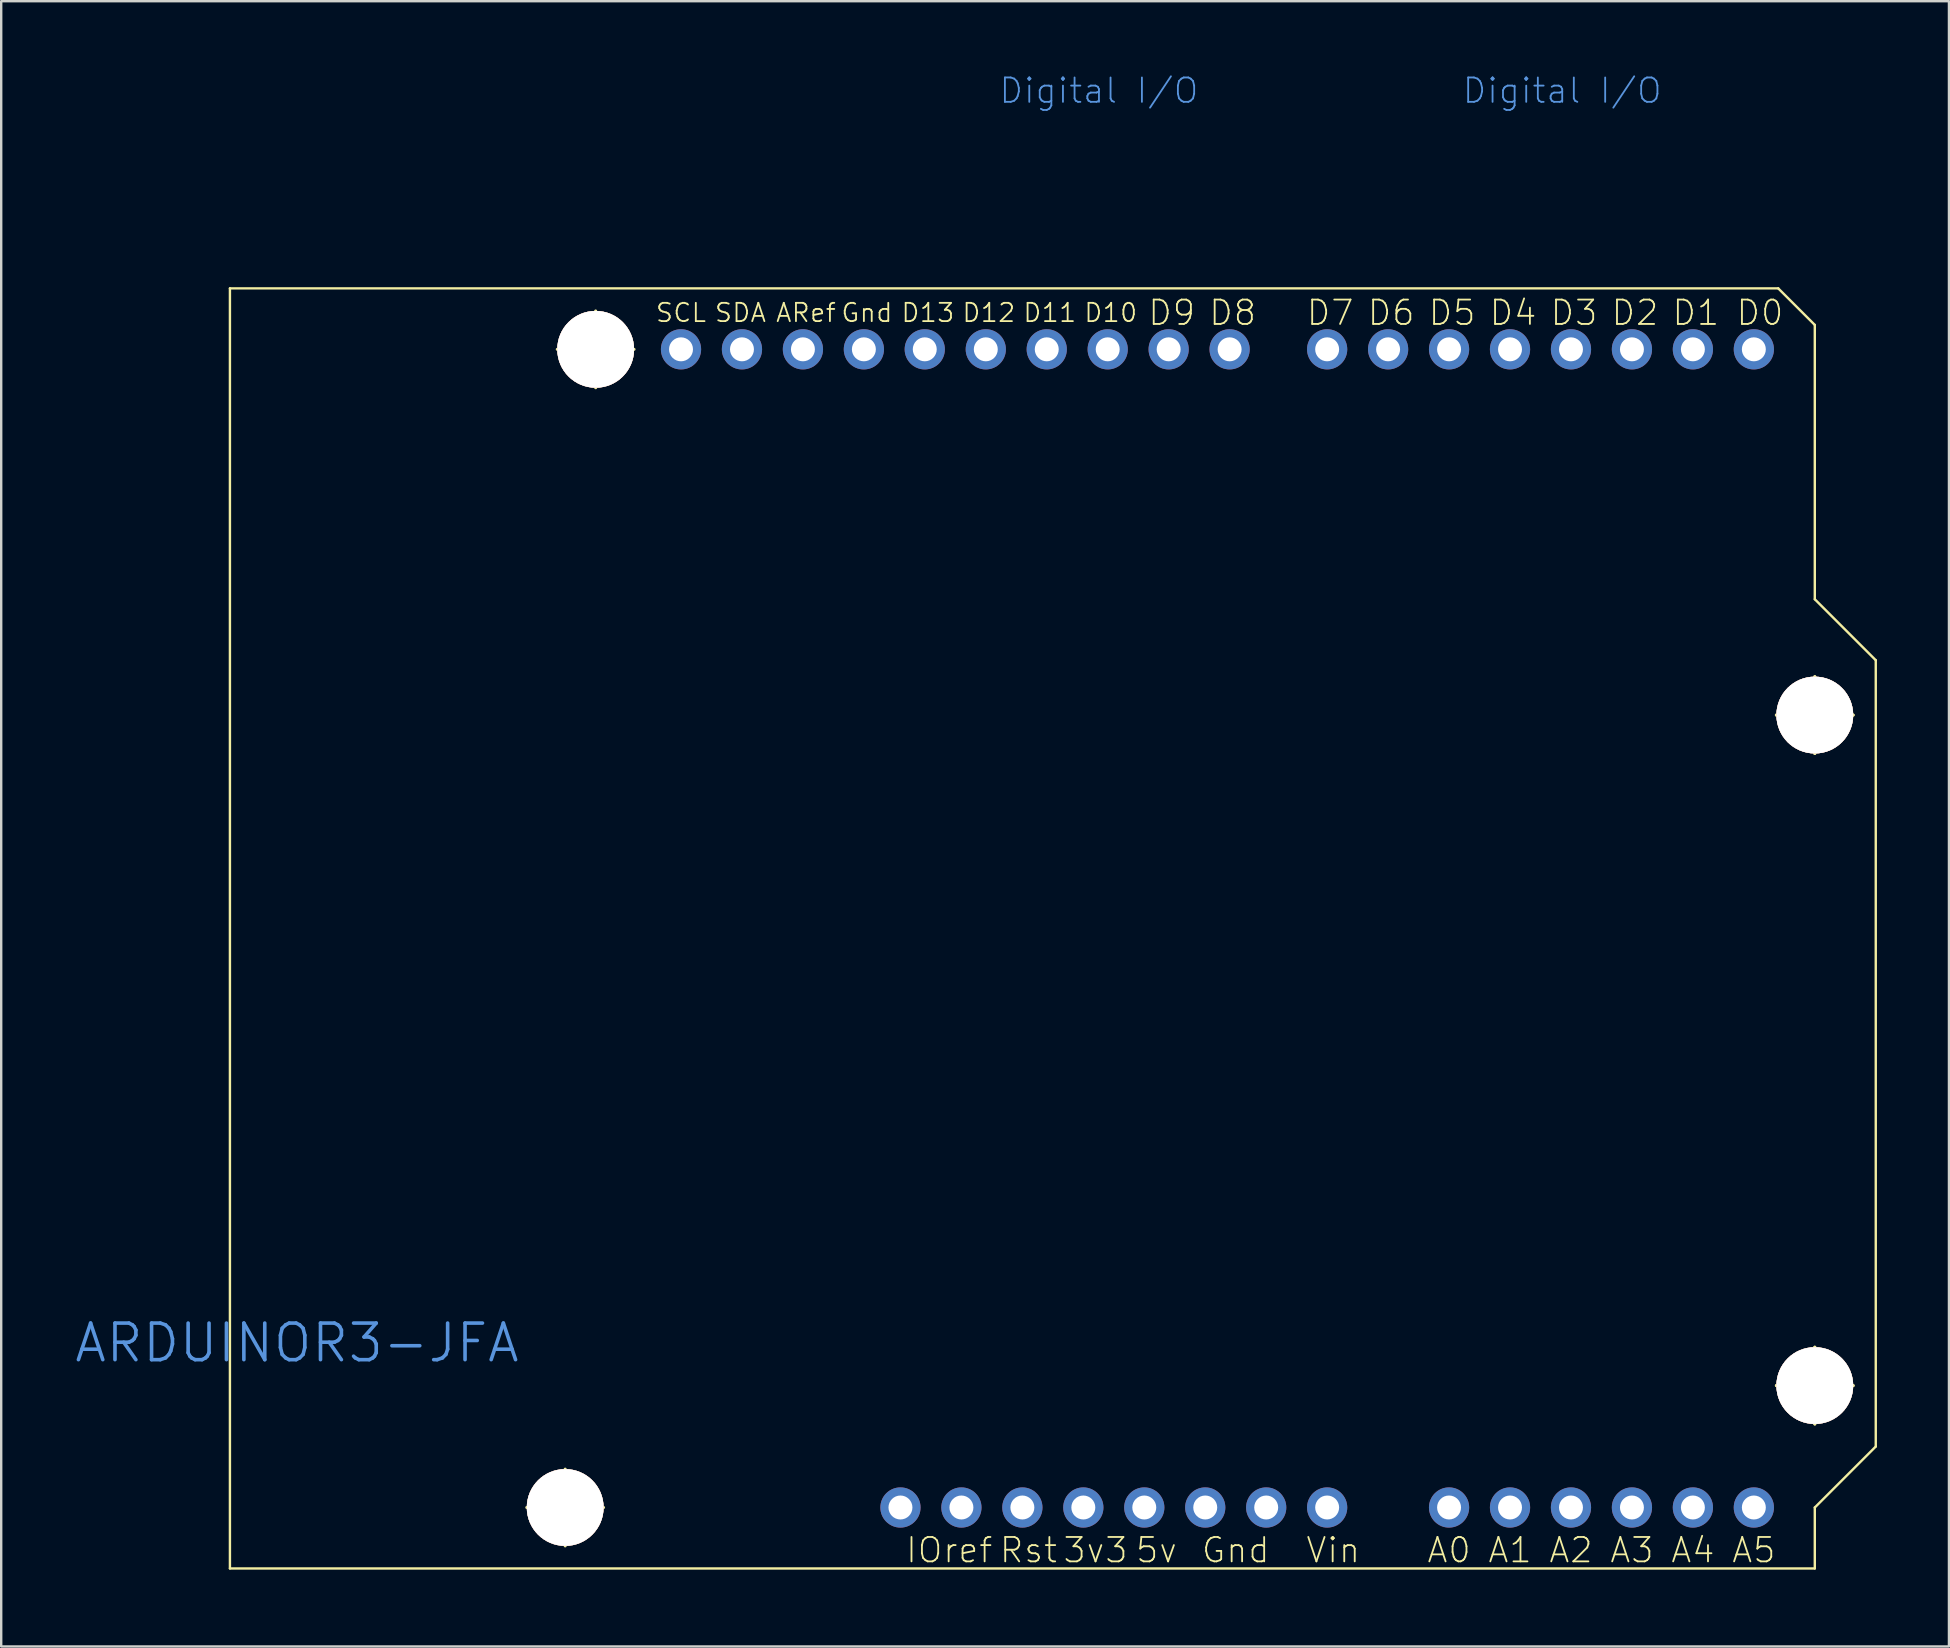
<source format=kicad_pcb>
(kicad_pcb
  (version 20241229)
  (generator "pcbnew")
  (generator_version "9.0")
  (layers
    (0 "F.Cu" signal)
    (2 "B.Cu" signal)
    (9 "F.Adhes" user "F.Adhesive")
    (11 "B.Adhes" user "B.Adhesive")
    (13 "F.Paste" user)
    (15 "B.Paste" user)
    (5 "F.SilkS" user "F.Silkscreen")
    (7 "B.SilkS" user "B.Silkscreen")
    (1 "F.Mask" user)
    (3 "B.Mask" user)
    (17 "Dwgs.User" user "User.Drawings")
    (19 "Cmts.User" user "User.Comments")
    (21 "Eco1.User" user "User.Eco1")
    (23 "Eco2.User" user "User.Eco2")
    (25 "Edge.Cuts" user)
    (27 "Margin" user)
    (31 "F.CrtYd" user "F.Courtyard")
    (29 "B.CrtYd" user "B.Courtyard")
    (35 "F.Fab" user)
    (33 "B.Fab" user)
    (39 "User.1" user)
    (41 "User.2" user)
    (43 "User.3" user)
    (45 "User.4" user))
  (footprint "ARDUINOR3-JFA"
    (layer "F.Cu")
    (at 6.531 62.306)
    (property "Reference" "ARDUINOR3-JFA" (at 2.794 -9.398 0) (layer "Cmts.User") (effects (font (size 1.524 1.524) (thickness 0.15))))
    (attr exclude_from_pos_files exclude_from_bom)
    (fp_line (start 0 -53.34) (end 0 0) (stroke (width 0.1) (type solid)) (layer "F.SilkS"))
    (fp_line (start 0 0) (end 66.04 0) (stroke (width 0.1) (type solid)) (layer "F.SilkS"))
    (fp_line (start 12.37 -2.54) (end 15.568 -2.54) (stroke (width 0.127) (type solid)) (layer "F.SilkS"))
    (fp_line (start 13.64 -50.8) (end 16.838 -50.8) (stroke (width 0.127) (type solid)) (layer "F.SilkS"))
    (fp_line (start 13.97 -0.94) (end 13.97 -4.138) (stroke (width 0.127) (type solid)) (layer "F.SilkS"))
    (fp_line (start 15.24 -49.2) (end 15.24 -52.398) (stroke (width 0.127) (type solid)) (layer "F.SilkS"))
    (fp_line (start 64.44 -35.56) (end 67.638 -35.56) (stroke (width 0.127) (type solid)) (layer "F.SilkS"))
    (fp_line (start 64.44 -35.56) (end 67.638 -35.56) (stroke (width 0.127) (type solid)) (layer "F.SilkS"))
    (fp_line (start 64.44 -7.62) (end 67.638 -7.62) (stroke (width 0.127) (type solid)) (layer "F.SilkS"))
    (fp_line (start 64.44 -7.62) (end 67.638 -7.62) (stroke (width 0.127) (type solid)) (layer "F.SilkS"))
    (fp_line (start 64.516 -53.34) (end 0 -53.34) (stroke (width 0.1) (type solid)) (layer "F.SilkS"))
    (fp_line (start 66.04 -51.816) (end 64.516 -53.34) (stroke (width 0.1) (type solid)) (layer "F.SilkS"))
    (fp_line (start 66.04 -40.386) (end 66.04 -51.816) (stroke (width 0.1) (type solid)) (layer "F.SilkS"))
    (fp_line (start 66.04 -33.96) (end 66.04 -37.158) (stroke (width 0.127) (type solid)) (layer "F.SilkS"))
    (fp_line (start 66.04 -33.96) (end 66.04 -37.158) (stroke (width 0.127) (type solid)) (layer "F.SilkS"))
    (fp_line (start 66.04 -6.02) (end 66.04 -9.218) (stroke (width 0.127) (type solid)) (layer "F.SilkS"))
    (fp_line (start 66.04 -6.02) (end 66.04 -9.218) (stroke (width 0.127) (type solid)) (layer "F.SilkS"))
    (fp_line (start 66.04 -2.54) (end 68.58 -5.08) (stroke (width 0.1) (type solid)) (layer "F.SilkS"))
    (fp_line (start 66.04 0) (end 66.04 -2.54) (stroke (width 0.1) (type solid)) (layer "F.SilkS"))
    (fp_line (start 68.58 -37.846) (end 66.04 -40.386) (stroke (width 0.1) (type solid)) (layer "F.SilkS"))
    (fp_line (start 68.58 -5.08) (end 68.58 -37.846) (stroke (width 0.1) (type solid)) (layer "F.SilkS"))
    (fp_circle (center 13.97 -2.54) (end 14.768 -3.338) (stroke (width 0.127) (type solid)) (fill no) (layer "F.SilkS"))
    (fp_circle (center 15.24 -50.8) (end 16.038 -51.598) (stroke (width 0.127) (type solid)) (fill no) (layer "F.SilkS"))
    (fp_circle (center 66.04 -35.56) (end 66.838 -36.358) (stroke (width 0.127) (type solid)) (fill no) (layer "F.SilkS"))
    (fp_circle (center 66.04 -35.56) (end 66.838 -36.358) (stroke (width 0.127) (type solid)) (fill no) (layer "F.SilkS"))
    (fp_circle (center 66.04 -35.56) (end 66.838 -36.358) (stroke (width 0.127) (type solid)) (fill no) (layer "F.SilkS"))
    (fp_circle (center 66.04 -35.56) (end 66.838 -36.358) (stroke (width 0.127) (type solid)) (fill no) (layer "F.SilkS"))
    (fp_circle (center 66.04 -7.62) (end 66.838 -8.418) (stroke (width 0.127) (type solid)) (fill no) (layer "F.SilkS"))
    (fp_circle (center 66.04 -7.62) (end 66.838 -8.418) (stroke (width 0.127) (type solid)) (fill no) (layer "F.SilkS"))
    (fp_circle (center 66.04 -7.62) (end 66.838 -8.418) (stroke (width 0.127) (type solid)) (fill no) (layer "F.SilkS"))
    (fp_circle (center 66.04 -7.62) (end 66.838 -8.418) (stroke (width 0.127) (type solid)) (fill no) (layer "F.SilkS"))
    (fp_text user "SDA" (at 21.273 -52.324 0) (layer "F.SilkS") (effects (font (size 0.762 0.762) (thickness 0.076))))
    (fp_text user "A5" (at 63.5 -0.762 0) (layer "F.SilkS") (effects (font (size 1.016 1.016) (thickness 0.076))))
    (fp_text user "D11" (at 34.163 -52.324 0) (layer "F.SilkS") (effects (font (size 0.762 0.762) (thickness 0.076))))
    (fp_text user "Gnd" (at 41.91 -0.762 0) (layer "F.SilkS") (effects (font (size 1.016 1.016) (thickness 0.076))))
    (fp_text user "A2" (at 55.88 -0.762 0) (layer "F.SilkS") (effects (font (size 1.016 1.016) (thickness 0.076))))
    (fp_text user "D4" (at 53.467 -52.324 0) (layer "F.SilkS") (effects (font (size 1.016 1.016) (thickness 0.076))))
    (fp_text user "D1" (at 61.084 -52.324 0) (layer "F.SilkS") (effects (font (size 1.016 1.016) (thickness 0.076))))
    (fp_text user "D0" (at 63.754 -52.324 0) (layer "F.SilkS") (effects (font (size 1.016 1.016) (thickness 0.076))))
    (fp_text user "A0" (at 50.8 -0.762 0) (layer "F.SilkS") (effects (font (size 1.016 1.016) (thickness 0.076))))
    (fp_text user "A3" (at 58.42 -0.762 0) (layer "F.SilkS") (effects (font (size 1.016 1.016) (thickness 0.076))))
    (fp_text user "Vin" (at 45.974 -0.762 0) (layer "F.SilkS") (effects (font (size 1.016 1.016) (thickness 0.076))))
    (fp_text user "D9" (at 39.243 -52.324 0) (layer "F.SilkS") (effects (font (size 1.016 1.016) (thickness 0.076))))
    (fp_text user "D6" (at 48.387 -52.324 0) (layer "F.SilkS") (effects (font (size 1.016 1.016) (thickness 0.076))))
    (fp_text user "Gnd" (at 26.543 -52.324 0) (layer "F.SilkS") (effects (font (size 0.762 0.762) (thickness 0.076))))
    (fp_text user "D12" (at 31.623 -52.324 0) (layer "F.SilkS") (effects (font (size 0.762 0.762) (thickness 0.076))))
    (fp_text user "D3" (at 56.007 -52.324 0) (layer "F.SilkS") (effects (font (size 1.016 1.016) (thickness 0.076))))
    (fp_text user "IOref" (at 29.972 -0.762 0) (layer "F.SilkS") (effects (font (size 1.016 1.016) (thickness 0.076))))
    (fp_text user "5v" (at 38.608 -0.762 0) (layer "F.SilkS") (effects (font (size 1.016 1.016) (thickness 0.076))))
    (fp_text user "D5" (at 50.927 -52.324 0) (layer "F.SilkS") (effects (font (size 1.016 1.016) (thickness 0.076))))
    (fp_text user "Rst" (at 33.274 -0.762 0) (layer "F.SilkS") (effects (font (size 1.016 1.016) (thickness 0.076))))
    (fp_text user "A1" (at 53.34 -0.762 0) (layer "F.SilkS") (effects (font (size 1.016 1.016) (thickness 0.076))))
    (fp_text user "D10" (at 36.703 -52.324 0) (layer "F.SilkS") (effects (font (size 0.762 0.762) (thickness 0.076))))
    (fp_text user "SCL" (at 18.796 -52.324 0) (layer "F.SilkS") (effects (font (size 0.762 0.762) (thickness 0.076))))
    (fp_text user "D8" (at 41.783 -52.324 0) (layer "F.SilkS") (effects (font (size 1.016 1.016) (thickness 0.076))))
    (fp_text user "D2" (at 58.547 -52.324 0) (layer "F.SilkS") (effects (font (size 1.016 1.016) (thickness 0.076))))
    (fp_text user "A4" (at 60.96 -0.762 0) (layer "F.SilkS") (effects (font (size 1.016 1.016) (thickness 0.076))))
    (fp_text user "3v3" (at 36.068 -0.762 0) (layer "F.SilkS") (effects (font (size 1.016 1.016) (thickness 0.076))))
    (fp_text user "D7" (at 45.847 -52.324 0) (layer "F.SilkS") (effects (font (size 1.016 1.016) (thickness 0.076))))
    (fp_text user "ARef" (at 24.003 -52.324 0) (layer "F.SilkS") (effects (font (size 0.762 0.762) (thickness 0.076))))
    (fp_text user "D13" (at 29.083 -52.324 0) (layer "F.SilkS") (effects (font (size 0.762 0.762) (thickness 0.076))))
    (fp_text user "Digital I/O" (at 36.211 -61.578 0) (layer "Cmts.User") (effects (font (size 1.016 1.016) (thickness 0.076))))
    (fp_text user "Digital I/O" (at 55.515 -61.578 0) (layer "Cmts.User") (effects (font (size 1.016 1.016) (thickness 0.076))))
    (pad "1" thru_hole circle (at 13.97 -2.54) (size 3.2 3.2) (drill 3.2) (layers "*.Cu" "*.SilkS" "*.Mask"))
    (pad "1" thru_hole circle (at 15.24 -50.8) (size 3.2 3.2) (drill 3.2) (layers "*.Cu" "*.SilkS" "*.Mask"))
    (pad "1" thru_hole circle (at 66.04 -35.56) (size 3.2 3.2) (drill 3.2) (layers "*.Cu" "*.SilkS" "*.Mask"))
    (pad "1" thru_hole circle (at 66.04 -7.62) (size 3.2 3.2) (drill 3.2) (layers "*.Cu" "*.SilkS" "*.Mask"))
    (pad "3V" thru_hole circle (at 35.56 -2.54) (size 1.676 1.676) (drill 0.998) (layers "*.Cu" "*.Mask"))
    (pad "5V" thru_hole circle (at 38.1 -2.54) (size 1.676 1.676) (drill 0.998) (layers "*.Cu" "*.Mask"))
    (pad "A0" thru_hole circle (at 50.8 -2.54) (size 1.676 1.676) (drill 0.998) (layers "*.Cu" "*.Mask"))
    (pad "A1" thru_hole circle (at 53.34 -2.54) (size 1.676 1.676) (drill 0.998) (layers "*.Cu" "*.Mask"))
    (pad "A2" thru_hole circle (at 55.88 -2.54) (size 1.676 1.676) (drill 0.998) (layers "*.Cu" "*.Mask"))
    (pad "A3" thru_hole circle (at 58.42 -2.54) (size 1.676 1.676) (drill 0.998) (layers "*.Cu" "*.Mask"))
    (pad "A4" thru_hole circle (at 60.96 -2.54) (size 1.676 1.676) (drill 0.998) (layers "*.Cu" "*.Mask"))
    (pad "A5" thru_hole circle (at 63.5 -2.54) (size 1.676 1.676) (drill 0.998) (layers "*.Cu" "*.Mask"))
    (pad "AREF" thru_hole circle (at 23.876 -50.8) (size 1.676 1.676) (drill 0.998) (layers "*.Cu" "*.Mask"))
    (pad "D0" thru_hole circle (at 63.5 -50.8) (size 1.676 1.676) (drill 0.998) (layers "*.Cu" "*.Mask"))
    (pad "D1" thru_hole circle (at 60.96 -50.8) (size 1.676 1.676) (drill 0.998) (layers "*.Cu" "*.Mask"))
    (pad "D2" thru_hole circle (at 58.42 -50.8) (size 1.676 1.676) (drill 0.998) (layers "*.Cu" "*.Mask"))
    (pad "D3" thru_hole circle (at 55.88 -50.8) (size 1.676 1.676) (drill 0.998) (layers "*.Cu" "*.Mask"))
    (pad "D4" thru_hole circle (at 53.34 -50.8) (size 1.676 1.676) (drill 0.998) (layers "*.Cu" "*.Mask"))
    (pad "D5" thru_hole circle (at 50.8 -50.8) (size 1.676 1.676) (drill 0.998) (layers "*.Cu" "*.Mask"))
    (pad "D6" thru_hole circle (at 48.26 -50.8) (size 1.676 1.676) (drill 0.998) (layers "*.Cu" "*.Mask"))
    (pad "D7" thru_hole circle (at 45.72 -50.8) (size 1.676 1.676) (drill 0.998) (layers "*.Cu" "*.Mask"))
    (pad "D8" thru_hole circle (at 41.656 -50.8) (size 1.676 1.676) (drill 0.998) (layers "*.Cu" "*.Mask"))
    (pad "D9" thru_hole circle (at 39.116 -50.8) (size 1.676 1.676) (drill 0.998) (layers "*.Cu" "*.Mask"))
    (pad "D10" thru_hole circle (at 36.576 -50.8) (size 1.676 1.676) (drill 0.998) (layers "*.Cu" "*.Mask"))
    (pad "D11" thru_hole circle (at 34.036 -50.8) (size 1.676 1.676) (drill 0.998) (layers "*.Cu" "*.Mask"))
    (pad "D12" thru_hole circle (at 31.496 -50.8) (size 1.676 1.676) (drill 0.998) (layers "*.Cu" "*.Mask"))
    (pad "D13" thru_hole circle (at 28.953 -50.8) (size 1.676 1.676) (drill 0.998) (layers "*.Cu" "*.Mask"))
    (pad "GND" thru_hole circle (at 26.416 -50.8) (size 1.676 1.676) (drill 0.998) (layers "*.Cu" "*.Mask"))
    (pad "GND1" thru_hole circle (at 43.18 -2.54) (size 1.676 1.676) (drill 0.998) (layers "*.Cu" "*.Mask"))
    (pad "GND2" thru_hole circle (at 40.64 -2.54) (size 1.676 1.676) (drill 0.998) (layers "*.Cu" "*.Mask"))
    (pad "IORE" thru_hole circle (at 30.48 -2.54) (size 1.676 1.676) (drill 0.998) (layers "*.Cu" "*.Mask"))
    (pad "NC" thru_hole circle (at 27.94 -2.54) (size 1.676 1.676) (drill 0.998) (layers "*.Cu" "*.Mask"))
    (pad "RESE" thru_hole circle (at 33.02 -2.54) (size 1.676 1.676) (drill 0.998) (layers "*.Cu" "*.Mask"))
    (pad "SCL" thru_hole circle (at 18.796 -50.8) (size 1.676 1.676) (drill 0.998) (layers "*.Cu" "*.Mask"))
    (pad "SDA" thru_hole circle (at 21.336 -50.8) (size 1.676 1.676) (drill 0.998) (layers "*.Cu" "*.Mask"))
    (pad "VIN" thru_hole circle (at 45.72 -2.54) (size 1.676 1.676) (drill 0.998) (layers "*.Cu" "*.Mask")))
  (gr_rect
    (start -3 -3)
    (end 78.161 65.556)
    (stroke (width 0.1) (type default))
    (fill no)
    (layer "Edge.Cuts")))
</source>
